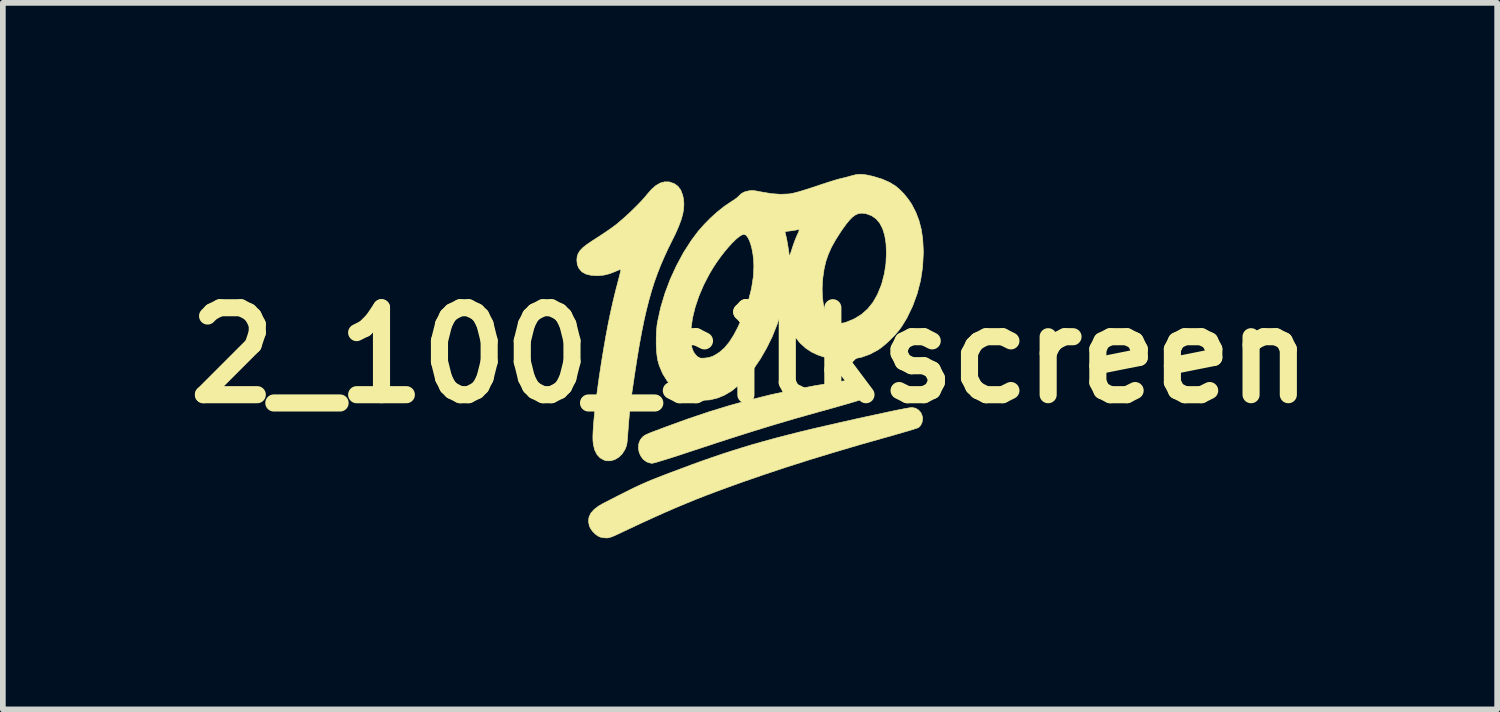
<source format=kicad_pcb>
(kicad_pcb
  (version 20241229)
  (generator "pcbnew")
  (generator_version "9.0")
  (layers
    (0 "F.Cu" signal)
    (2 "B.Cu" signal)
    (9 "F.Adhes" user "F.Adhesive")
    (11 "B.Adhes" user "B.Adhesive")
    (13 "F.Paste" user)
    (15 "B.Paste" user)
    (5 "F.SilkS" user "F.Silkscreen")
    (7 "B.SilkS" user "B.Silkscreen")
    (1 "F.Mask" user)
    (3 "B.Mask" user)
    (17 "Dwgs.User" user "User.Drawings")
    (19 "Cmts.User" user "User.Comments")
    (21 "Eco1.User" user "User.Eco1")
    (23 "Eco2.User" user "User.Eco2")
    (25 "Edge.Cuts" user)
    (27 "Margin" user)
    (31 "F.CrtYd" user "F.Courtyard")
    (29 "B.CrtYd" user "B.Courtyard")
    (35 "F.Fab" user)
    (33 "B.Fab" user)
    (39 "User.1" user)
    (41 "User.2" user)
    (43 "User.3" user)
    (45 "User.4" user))
  (footprint "2_100_silkscreen"
    (layer "F.Cu")
    (at 10.095 3.178)
    (property "Reference" "2_100_silkscreen" (at 0 0 0) (layer "F.SilkS") (effects (font (size 1.524 1.524) (thickness 0.3))))
    (attr through_hole)
    (fp_poly (pts (xy 1.911 0.426) (xy 1.934 0.432) (xy 1.954 0.441) (xy 1.956 0.442) (xy 1.999 0.477) (xy 2.034 0.527) (xy 2.054 0.581) (xy 2.057 0.607) (xy 2.047 0.668) (xy 2.02 0.723) (xy 1.986 0.759) (xy 1.965 0.768) (xy 1.922 0.783) (xy 1.858 0.804) (xy 1.776 0.828) (xy 1.679 0.857) (xy 1.567 0.889) (xy 1.443 0.924) (xy 1.41 0.933) (xy 1.194 0.993) (xy 0.991 1.05) (xy 0.797 1.105) (xy 0.609 1.16) (xy 0.424 1.215) (xy 0.237 1.272) (xy 0.046 1.331) (xy -0.154 1.394) (xy -0.364 1.461) (xy -0.589 1.534) (xy -0.832 1.614) (xy -1.024 1.677) (xy -1.148 1.718) (xy -1.266 1.757) (xy -1.375 1.792) (xy -1.474 1.823) (xy -1.559 1.849) (xy -1.628 1.87) (xy -1.68 1.884) (xy -1.71 1.891) (xy -1.717 1.892) (xy -1.755 1.886) (xy -1.8 1.871) (xy -1.817 1.863) (xy -1.874 1.82) (xy -1.917 1.761) (xy -1.945 1.693) (xy -1.956 1.62) (xy -1.95 1.549) (xy -1.925 1.484) (xy -1.902 1.453) (xy -1.888 1.437) (xy -1.874 1.423) (xy -1.857 1.41) (xy -1.836 1.397) (xy -1.807 1.383) (xy -1.767 1.365) (xy -1.714 1.344) (xy -1.645 1.318) (xy -1.557 1.285) (xy -1.467 1.251) (xy -1.089 1.114) (xy -0.724 0.991) (xy -0.365 0.881) (xy -0.007 0.782) (xy 0.355 0.692) (xy 0.726 0.611) (xy 1.114 0.536) (xy 1.424 0.483) (xy 1.547 0.463) (xy 1.648 0.447) (xy 1.729 0.435) (xy 1.793 0.428) (xy 1.843 0.424) (xy 1.881 0.423) (xy 1.911 0.426)) (stroke (width 0.01) (type solid)) (fill yes) (layer "F.SilkS"))
    (fp_poly (pts (xy 2.901 0.926) (xy 2.955 0.959) (xy 2.996 1.007) (xy 3.02 1.068) (xy 3.025 1.11) (xy 3.015 1.175) (xy 2.989 1.229) (xy 2.953 1.265) (xy 2.934 1.272) (xy 2.894 1.286) (xy 2.834 1.305) (xy 2.758 1.328) (xy 2.668 1.354) (xy 2.567 1.383) (xy 2.458 1.415) (xy 2.378 1.437) (xy 1.912 1.569) (xy 1.469 1.7) (xy 1.045 1.829) (xy 0.64 1.958) (xy 0.249 2.088) (xy -0.13 2.219) (xy -0.381 2.309) (xy -0.582 2.383) (xy -0.773 2.455) (xy -0.957 2.527) (xy -1.137 2.601) (xy -1.318 2.677) (xy -1.504 2.758) (xy -1.699 2.845) (xy -1.906 2.94) (xy -2.129 3.045) (xy -2.254 3.104) (xy -2.33 3.14) (xy -2.387 3.165) (xy -2.431 3.183) (xy -2.466 3.193) (xy -2.495 3.199) (xy -2.523 3.2) (xy -2.527 3.2) (xy -2.607 3.19) (xy -2.651 3.174) (xy -2.705 3.138) (xy -2.756 3.088) (xy -2.796 3.033) (xy -2.817 2.987) (xy -2.831 2.908) (xy -2.822 2.834) (xy -2.79 2.766) (xy -2.734 2.702) (xy -2.654 2.641) (xy -2.572 2.594) (xy -2.429 2.521) (xy -2.305 2.457) (xy -2.197 2.403) (xy -2.102 2.355) (xy -2.016 2.313) (xy -1.936 2.276) (xy -1.858 2.241) (xy -1.78 2.207) (xy -1.698 2.173) (xy -1.608 2.138) (xy -1.508 2.099) (xy -1.393 2.055) (xy -1.261 2.006) (xy -1.21 1.987) (xy -1.021 1.916) (xy -0.838 1.85) (xy -0.658 1.787) (xy -0.481 1.727) (xy -0.304 1.67) (xy -0.125 1.614) (xy 0.057 1.559) (xy 0.246 1.506) (xy 0.442 1.452) (xy 0.648 1.399) (xy 0.865 1.344) (xy 1.096 1.288) (xy 1.343 1.231) (xy 1.607 1.171) (xy 1.891 1.107) (xy 2.196 1.041) (xy 2.456 0.985) (xy 2.547 0.966) (xy 2.632 0.949) (xy 2.708 0.934) (xy 2.771 0.923) (xy 2.816 0.916) (xy 2.838 0.914) (xy 2.901 0.926)) (stroke (width 0.01) (type solid)) (fill yes) (layer "F.SilkS"))
    (fp_poly (pts (xy -1.421 -3.04) (xy -1.404 -3.036) (xy -1.325 -3.008) (xy -1.262 -2.962) (xy -1.214 -2.896) (xy -1.181 -2.81) (xy -1.167 -2.745) (xy -1.159 -2.66) (xy -1.163 -2.571) (xy -1.179 -2.476) (xy -1.209 -2.371) (xy -1.253 -2.255) (xy -1.311 -2.123) (xy -1.362 -2.021) (xy -1.436 -1.871) (xy -1.504 -1.724) (xy -1.567 -1.578) (xy -1.624 -1.432) (xy -1.678 -1.282) (xy -1.727 -1.126) (xy -1.773 -0.963) (xy -1.817 -0.79) (xy -1.859 -0.605) (xy -1.899 -0.406) (xy -1.939 -0.19) (xy -1.978 0.045) (xy -2.018 0.302) (xy -2.056 0.559) (xy -2.072 0.669) (xy -2.085 0.767) (xy -2.096 0.858) (xy -2.106 0.947) (xy -2.115 1.039) (xy -2.124 1.14) (xy -2.133 1.254) (xy -2.143 1.388) (xy -2.145 1.42) (xy -2.151 1.49) (xy -2.157 1.542) (xy -2.166 1.583) (xy -2.178 1.618) (xy -2.196 1.657) (xy -2.196 1.657) (xy -2.243 1.73) (xy -2.303 1.787) (xy -2.371 1.827) (xy -2.444 1.848) (xy -2.518 1.847) (xy -2.557 1.836) (xy -2.627 1.797) (xy -2.682 1.738) (xy -2.722 1.659) (xy -2.746 1.561) (xy -2.753 1.49) (xy -2.754 1.416) (xy -2.75 1.32) (xy -2.742 1.203) (xy -2.73 1.067) (xy -2.714 0.915) (xy -2.694 0.749) (xy -2.67 0.571) (xy -2.644 0.383) (xy -2.614 0.187) (xy -2.609 0.152) (xy -2.567 -0.104) (xy -2.526 -0.34) (xy -2.485 -0.557) (xy -2.443 -0.759) (xy -2.4 -0.951) (xy -2.355 -1.136) (xy -2.322 -1.261) (xy -2.303 -1.335) (xy -2.286 -1.4) (xy -2.273 -1.453) (xy -2.266 -1.489) (xy -2.263 -1.505) (xy -2.264 -1.506) (xy -2.277 -1.504) (xy -2.307 -1.493) (xy -2.348 -1.476) (xy -2.354 -1.473) (xy -2.461 -1.431) (xy -2.562 -1.406) (xy -2.666 -1.397) (xy -2.686 -1.397) (xy -2.79 -1.404) (xy -2.873 -1.424) (xy -2.937 -1.458) (xy -2.958 -1.476) (xy -3.002 -1.53) (xy -3.027 -1.591) (xy -3.035 -1.665) (xy -3.035 -1.67) (xy -3.03 -1.731) (xy -3.011 -1.786) (xy -2.977 -1.839) (xy -2.925 -1.892) (xy -2.854 -1.947) (xy -2.791 -1.99) (xy -2.683 -2.06) (xy -2.594 -2.118) (xy -2.521 -2.167) (xy -2.46 -2.209) (xy -2.409 -2.245) (xy -2.365 -2.278) (xy -2.325 -2.309) (xy -2.301 -2.33) (xy -2.217 -2.402) (xy -2.129 -2.481) (xy -2.043 -2.564) (xy -1.961 -2.646) (xy -1.888 -2.722) (xy -1.829 -2.789) (xy -1.809 -2.815) (xy -1.728 -2.907) (xy -1.65 -2.976) (xy -1.574 -3.02) (xy -1.498 -3.041) (xy -1.421 -3.04)) (stroke (width 0.01) (type solid)) (fill yes) (layer "F.SilkS"))
    (fp_poly (pts (xy 1.979 -3.171) (xy 2.055 -3.16) (xy 2.148 -3.139) (xy 2.161 -3.136) (xy 2.315 -3.089) (xy 2.447 -3.031) (xy 2.555 -2.964) (xy 2.623 -2.906) (xy 2.694 -2.834) (xy 2.761 -2.752) (xy 2.819 -2.67) (xy 2.834 -2.646) (xy 2.906 -2.507) (xy 2.961 -2.363) (xy 3.001 -2.209) (xy 3.026 -2.043) (xy 3.036 -1.859) (xy 3.037 -1.791) (xy 3.025 -1.55) (xy 2.989 -1.313) (xy 2.93 -1.083) (xy 2.849 -0.862) (xy 2.747 -0.651) (xy 2.658 -0.505) (xy 2.603 -0.431) (xy 2.534 -0.351) (xy 2.455 -0.271) (xy 2.374 -0.196) (xy 2.295 -0.132) (xy 2.237 -0.092) (xy 2.097 -0.018) (xy 1.954 0.033) (xy 1.805 0.063) (xy 1.645 0.072) (xy 1.51 0.065) (xy 1.388 0.049) (xy 1.281 0.025) (xy 1.181 -0.01) (xy 1.087 -0.054) (xy 0.978 -0.124) (xy 0.878 -0.215) (xy 0.791 -0.324) (xy 0.719 -0.445) (xy 0.677 -0.543) (xy 0.654 -0.613) (xy 0.634 -0.688) (xy 0.619 -0.76) (xy 0.611 -0.82) (xy 0.61 -0.845) (xy 0.607 -0.88) (xy 0.6 -0.891) (xy 0.588 -0.878) (xy 0.572 -0.84) (xy 0.552 -0.777) (xy 0.546 -0.758) (xy 0.473 -0.538) (xy 0.388 -0.326) (xy 0.29 -0.127) (xy 0.183 0.059) (xy 0.068 0.228) (xy -0.055 0.379) (xy -0.183 0.51) (xy -0.316 0.618) (xy -0.338 0.633) (xy -0.459 0.703) (xy -0.584 0.752) (xy -0.711 0.781) (xy -0.835 0.787) (xy -0.953 0.77) (xy -0.964 0.767) (xy -1.111 0.716) (xy -1.242 0.645) (xy -1.356 0.556) (xy -1.452 0.448) (xy -1.53 0.323) (xy -1.59 0.181) (xy -1.615 0.095) (xy -1.629 0.016) (xy -1.639 -0.081) (xy -1.644 -0.19) (xy -1.644 -0.304) (xy -1.644 -0.31) (xy -1.039 -0.31) (xy -1.039 -0.3) (xy -1.031 -0.201) (xy -1.015 -0.121) (xy -0.988 -0.057) (xy -0.951 -0.006) (xy -0.93 0.014) (xy -0.905 0.035) (xy -0.883 0.046) (xy -0.856 0.05) (xy -0.815 0.049) (xy -0.795 0.048) (xy -0.726 0.039) (xy -0.664 0.02) (xy -0.623 0.001) (xy -0.532 -0.057) (xy -0.446 -0.133) (xy -0.365 -0.231) (xy -0.287 -0.352) (xy -0.211 -0.496) (xy -0.209 -0.5) (xy -0.106 -0.735) (xy -0.028 -0.96) (xy 0.025 -1.167) (xy 1.264 -1.167) (xy 1.268 -1.04) (xy 1.281 -0.921) (xy 1.304 -0.815) (xy 1.336 -0.726) (xy 1.372 -0.662) (xy 1.425 -0.605) (xy 1.486 -0.57) (xy 1.557 -0.558) (xy 1.639 -0.568) (xy 1.694 -0.584) (xy 1.833 -0.643) (xy 1.957 -0.72) (xy 2.064 -0.816) (xy 2.156 -0.931) (xy 2.233 -1.066) (xy 2.297 -1.222) (xy 2.309 -1.257) (xy 2.355 -1.433) (xy 2.382 -1.612) (xy 2.39 -1.801) (xy 2.39 -1.803) (xy 2.383 -1.962) (xy 2.361 -2.1) (xy 2.325 -2.218) (xy 2.275 -2.315) (xy 2.21 -2.392) (xy 2.132 -2.447) (xy 2.04 -2.481) (xy 2.005 -2.488) (xy 1.95 -2.492) (xy 1.898 -2.484) (xy 1.848 -2.462) (xy 1.796 -2.425) (xy 1.742 -2.37) (xy 1.682 -2.296) (xy 1.614 -2.202) (xy 1.587 -2.162) (xy 1.498 -2.022) (xy 1.426 -1.893) (xy 1.371 -1.768) (xy 1.328 -1.643) (xy 1.298 -1.512) (xy 1.277 -1.368) (xy 1.27 -1.3) (xy 1.264 -1.167) (xy 0.025 -1.167) (xy 0.027 -1.177) (xy 0.059 -1.385) (xy 0.067 -1.556) (xy 0.063 -1.663) (xy 0.052 -1.766) (xy 0.035 -1.861) (xy 0.013 -1.946) (xy -0.013 -2.017) (xy -0.042 -2.072) (xy -0.073 -2.108) (xy -0.106 -2.121) (xy -0.108 -2.121) (xy -0.144 -2.11) (xy -0.192 -2.08) (xy -0.249 -2.033) (xy -0.312 -1.971) (xy -0.38 -1.897) (xy -0.45 -1.813) (xy -0.521 -1.721) (xy -0.59 -1.624) (xy -0.655 -1.524) (xy -0.713 -1.426) (xy -0.813 -1.233) (xy -0.896 -1.039) (xy -0.961 -0.846) (xy -1.007 -0.659) (xy -1.033 -0.479) (xy -1.039 -0.31) (xy -1.644 -0.31) (xy -1.64 -0.417) (xy -1.631 -0.522) (xy -1.62 -0.591) (xy -1.566 -0.838) (xy -1.491 -1.088) (xy -1.398 -1.335) (xy -1.288 -1.574) (xy -1.165 -1.802) (xy -1.029 -2.014) (xy -0.914 -2.167) (xy 0.614 -2.167) (xy 0.615 -2.154) (xy 0.622 -2.124) (xy 0.629 -2.095) (xy 0.638 -2.058) (xy 0.648 -2.005) (xy 0.659 -1.944) (xy 0.669 -1.881) (xy 0.678 -1.824) (xy 0.684 -1.779) (xy 0.686 -1.756) (xy 0.688 -1.742) (xy 0.694 -1.746) (xy 0.704 -1.77) (xy 0.72 -1.816) (xy 0.737 -1.87) (xy 0.759 -1.937) (xy 0.785 -2.008) (xy 0.81 -2.07) (xy 0.82 -2.094) (xy 0.845 -2.148) (xy 0.858 -2.183) (xy 0.862 -2.202) (xy 0.855 -2.207) (xy 0.842 -2.204) (xy 0.819 -2.199) (xy 0.779 -2.192) (xy 0.729 -2.184) (xy 0.718 -2.183) (xy 0.671 -2.177) (xy 0.634 -2.171) (xy 0.615 -2.168) (xy 0.614 -2.167) (xy -0.914 -2.167) (xy -0.914 -2.168) (xy -0.809 -2.288) (xy -0.693 -2.406) (xy -0.571 -2.516) (xy -0.449 -2.613) (xy -0.331 -2.692) (xy -0.312 -2.704) (xy -0.266 -2.734) (xy -0.224 -2.766) (xy -0.197 -2.792) (xy -0.152 -2.835) (xy -0.097 -2.864) (xy -0.025 -2.883) (xy -0.022 -2.883) (xy 0.012 -2.888) (xy 0.048 -2.888) (xy 0.091 -2.884) (xy 0.149 -2.873) (xy 0.197 -2.864) (xy 0.375 -2.834) (xy 0.537 -2.823) (xy 0.682 -2.829) (xy 0.731 -2.837) (xy 0.777 -2.847) (xy 0.841 -2.864) (xy 0.92 -2.887) (xy 1.009 -2.915) (xy 1.102 -2.945) (xy 1.157 -2.963) (xy 1.248 -2.994) (xy 1.34 -3.024) (xy 1.425 -3.051) (xy 1.5 -3.074) (xy 1.56 -3.091) (xy 1.587 -3.098) (xy 1.652 -3.113) (xy 1.718 -3.13) (xy 1.774 -3.146) (xy 1.789 -3.15) (xy 1.852 -3.166) (xy 1.913 -3.173) (xy 1.979 -3.171)) (stroke (width 0.01) (type solid)) (fill yes) (layer "F.SilkS")))
  (gr_rect
    (start -3 -3)
    (end 23.189 9.383)
    (stroke (width 0.1) (type default))
    (fill no)
    (layer "Edge.Cuts")))
</source>
